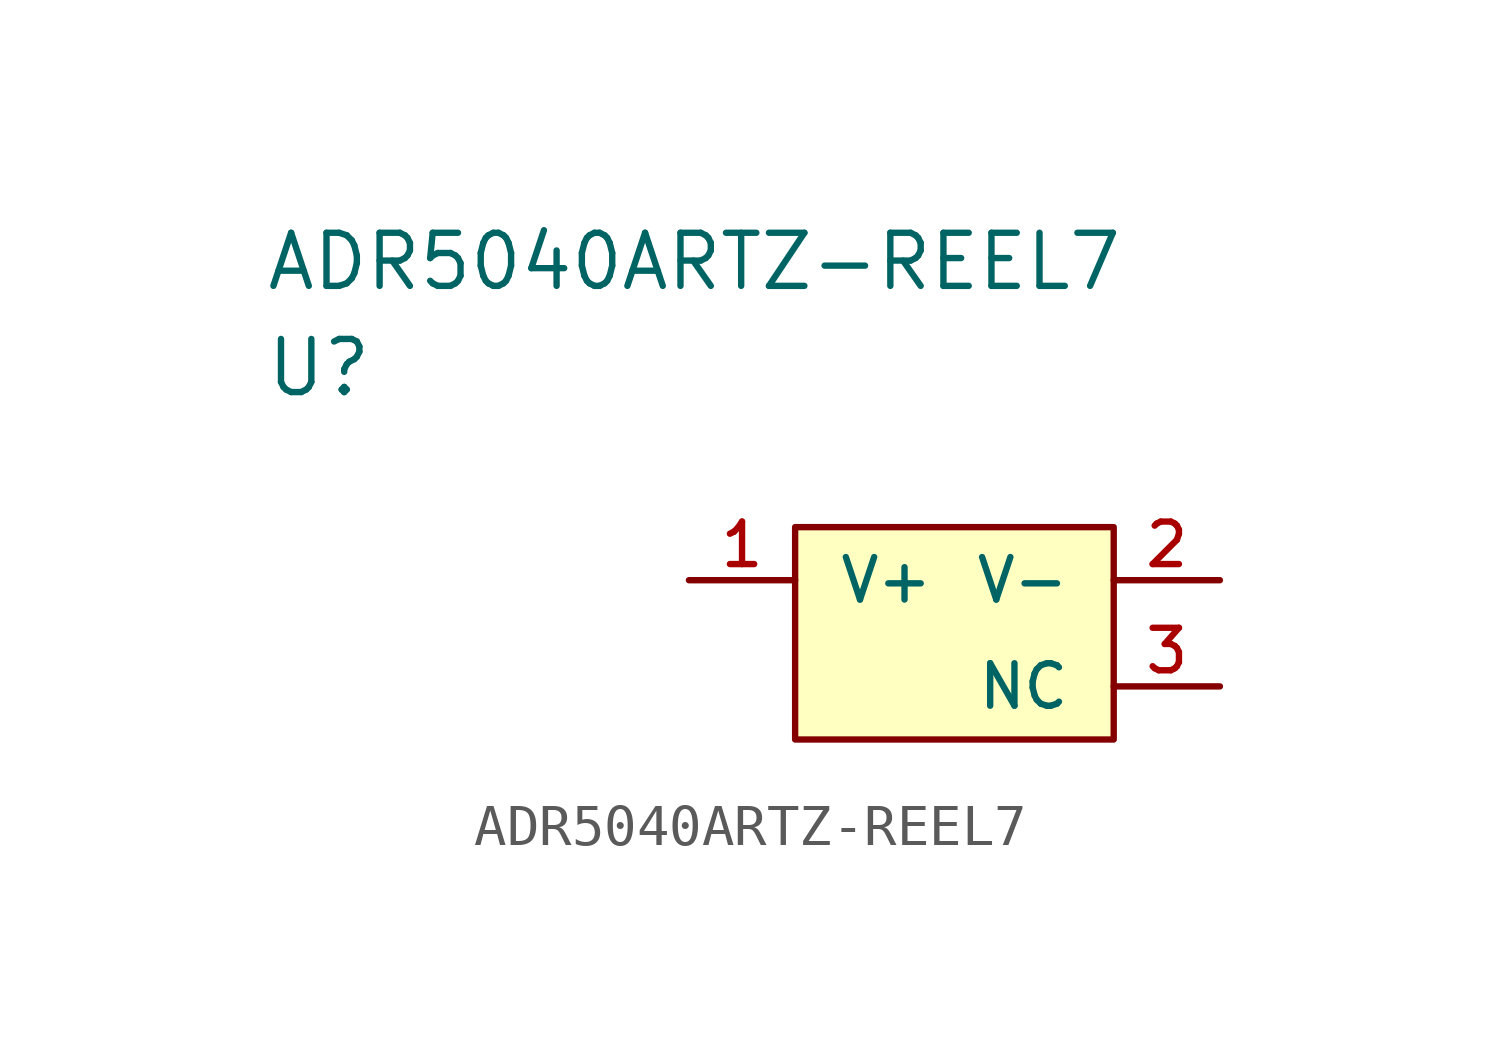
<source format=kicad_sym>
(kicad_symbol_lib
  (version 20211014)
  (generator kicad_symbol_editor)
  (symbol "ADR5040ARTZ-REEL7"
    (pin_names
      (offset 1.016))
    (property "Reference" "U"
      (at 0 5.08 0)
      (effects (font (size 1.27 1.27)) (justify left)))
    (property "Value" "ADR5040ARTZ-REEL7"
      (at 0 7.62 0)
      (effects (font (size 1.27 1.27)) (justify left)))
    (property "ki_locked" ""
      (at 0 0 0)
      (effects (font (size 1.27 1.27))))
    (symbol "ADR5040ARTZ-REEL7_1_1"
      (rectangle (start 12.7 1.27) (end 20.32 -3.81) (stroke (width 0) (type default) (color 0 0 0 0)) (fill (type background)))
      (pin power_in line (at 10.16 0 0) (length 2.54) (name "V+" (effects (font (size 1.016 1.016)))) (number "1" (effects (font (size 1.016 1.016)))))
      (pin power_in line (at 22.86 0 180) (length 2.54) (name "V-" (effects (font (size 1.016 1.016)))) (number "2" (effects (font (size 1.016 1.016)))))
      (pin passive line (at 22.86 -2.54 180) (length 2.54) (name "NC" (effects (font (size 1.016 1.016)))) (number "3" (effects (font (size 1.016 1.016))))))))
</source>
